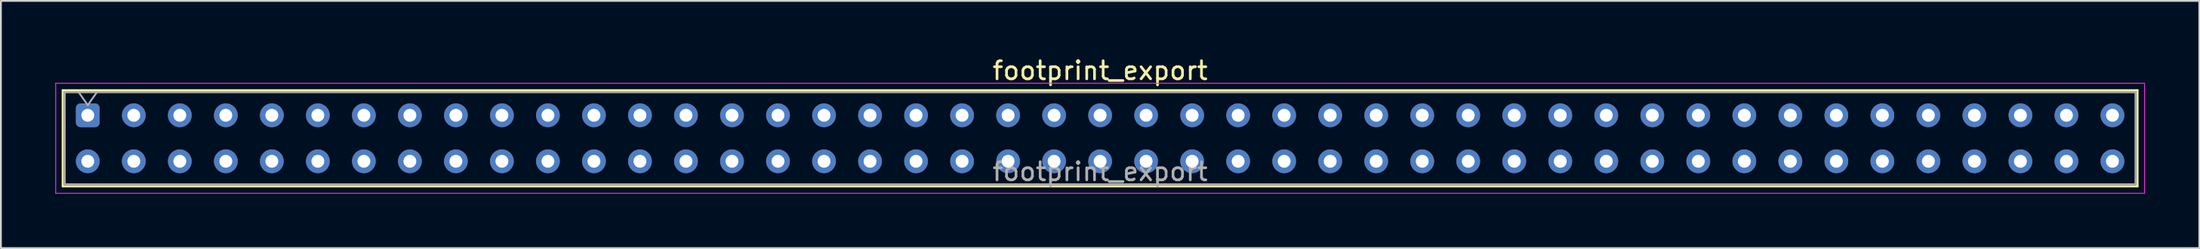
<source format=kicad_pcb>
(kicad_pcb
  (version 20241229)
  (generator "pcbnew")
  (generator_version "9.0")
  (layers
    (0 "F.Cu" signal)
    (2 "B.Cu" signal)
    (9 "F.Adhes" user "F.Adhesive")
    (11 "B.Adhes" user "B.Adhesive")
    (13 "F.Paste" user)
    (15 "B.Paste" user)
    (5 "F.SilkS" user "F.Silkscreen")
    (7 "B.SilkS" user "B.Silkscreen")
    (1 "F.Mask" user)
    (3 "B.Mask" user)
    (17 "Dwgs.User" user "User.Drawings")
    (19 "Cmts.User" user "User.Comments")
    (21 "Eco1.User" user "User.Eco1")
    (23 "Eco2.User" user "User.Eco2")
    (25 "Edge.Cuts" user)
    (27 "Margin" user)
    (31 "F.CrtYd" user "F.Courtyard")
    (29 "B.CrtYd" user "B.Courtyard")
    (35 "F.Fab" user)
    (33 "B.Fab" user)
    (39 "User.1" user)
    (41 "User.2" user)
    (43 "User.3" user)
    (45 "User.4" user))
  (footprint "footprint_export"
    (layer "F.Cu")
    (at 1.795 3.318)
    (property "Reference" "footprint_export" (at 55.88 -2.47 0) (layer "F.SilkS") (effects (font (size 1 1) (thickness 0.15))))
    (attr through_hole)
    (fp_line (start -1.38 -1.38) (end 113.14 -1.38) (stroke (width 0.12) (type solid)) (layer "F.SilkS"))
    (fp_line (start -1.38 3.92) (end -1.38 -1.38) (stroke (width 0.12) (type solid)) (layer "F.SilkS"))
    (fp_line (start 113.14 -1.38) (end 113.14 3.92) (stroke (width 0.12) (type solid)) (layer "F.SilkS"))
    (fp_line (start 113.14 3.92) (end -1.38 3.92) (stroke (width 0.12) (type solid)) (layer "F.SilkS"))
    (fp_line (start -1.77 -1.77) (end 113.53 -1.77) (stroke (width 0.05) (type solid)) (layer "F.CrtYd"))
    (fp_line (start -1.77 4.31) (end -1.77 -1.77) (stroke (width 0.05) (type solid)) (layer "F.CrtYd"))
    (fp_line (start 113.53 -1.77) (end 113.53 4.31) (stroke (width 0.05) (type solid)) (layer "F.CrtYd"))
    (fp_line (start 113.53 4.31) (end -1.77 4.31) (stroke (width 0.05) (type solid)) (layer "F.CrtYd"))
    (fp_line (start -1.27 -1.27) (end 113.03 -1.27) (stroke (width 0.1) (type solid)) (layer "F.Fab"))
    (fp_line (start -1.27 3.81) (end -1.27 -1.27) (stroke (width 0.1) (type solid)) (layer "F.Fab"))
    (fp_line (start -0.5 -1.27) (end 0 -0.563) (stroke (width 0.1) (type solid)) (layer "F.Fab"))
    (fp_line (start 0 -0.563) (end 0.5 -1.27) (stroke (width 0.1) (type solid)) (layer "F.Fab"))
    (fp_line (start 113.03 -1.27) (end 113.03 3.81) (stroke (width 0.1) (type solid)) (layer "F.Fab"))
    (fp_line (start 113.03 3.81) (end -1.27 3.81) (stroke (width 0.1) (type solid)) (layer "F.Fab"))
    (fp_text user "${REFERENCE}" (at 55.88 3.11 0) (layer "F.Fab") (effects (font (size 1 1) (thickness 0.15))))
    (pad "1" thru_hole roundrect (at 0 0) (size 1.31 1.31) (drill 0.71) (layers "*.Cu" "*.Mask") (roundrect_rratio 0.191))
    (pad "2" thru_hole circle (at 0 2.54) (size 1.31 1.31) (drill 0.71) (layers "*.Cu" "*.Mask"))
    (pad "3" thru_hole circle (at 2.54 0) (size 1.31 1.31) (drill 0.71) (layers "*.Cu" "*.Mask"))
    (pad "4" thru_hole circle (at 2.54 2.54) (size 1.31 1.31) (drill 0.71) (layers "*.Cu" "*.Mask"))
    (pad "5" thru_hole circle (at 5.08 0) (size 1.31 1.31) (drill 0.71) (layers "*.Cu" "*.Mask"))
    (pad "6" thru_hole circle (at 5.08 2.54) (size 1.31 1.31) (drill 0.71) (layers "*.Cu" "*.Mask"))
    (pad "7" thru_hole circle (at 7.62 0) (size 1.31 1.31) (drill 0.71) (layers "*.Cu" "*.Mask"))
    (pad "8" thru_hole circle (at 7.62 2.54) (size 1.31 1.31) (drill 0.71) (layers "*.Cu" "*.Mask"))
    (pad "9" thru_hole circle (at 10.16 0) (size 1.31 1.31) (drill 0.71) (layers "*.Cu" "*.Mask"))
    (pad "10" thru_hole circle (at 10.16 2.54) (size 1.31 1.31) (drill 0.71) (layers "*.Cu" "*.Mask"))
    (pad "11" thru_hole circle (at 12.7 0) (size 1.31 1.31) (drill 0.71) (layers "*.Cu" "*.Mask"))
    (pad "12" thru_hole circle (at 12.7 2.54) (size 1.31 1.31) (drill 0.71) (layers "*.Cu" "*.Mask"))
    (pad "13" thru_hole circle (at 15.24 0) (size 1.31 1.31) (drill 0.71) (layers "*.Cu" "*.Mask"))
    (pad "14" thru_hole circle (at 15.24 2.54) (size 1.31 1.31) (drill 0.71) (layers "*.Cu" "*.Mask"))
    (pad "15" thru_hole circle (at 17.78 0) (size 1.31 1.31) (drill 0.71) (layers "*.Cu" "*.Mask"))
    (pad "16" thru_hole circle (at 17.78 2.54) (size 1.31 1.31) (drill 0.71) (layers "*.Cu" "*.Mask"))
    (pad "17" thru_hole circle (at 20.32 0) (size 1.31 1.31) (drill 0.71) (layers "*.Cu" "*.Mask"))
    (pad "18" thru_hole circle (at 20.32 2.54) (size 1.31 1.31) (drill 0.71) (layers "*.Cu" "*.Mask"))
    (pad "19" thru_hole circle (at 22.86 0) (size 1.31 1.31) (drill 0.71) (layers "*.Cu" "*.Mask"))
    (pad "20" thru_hole circle (at 22.86 2.54) (size 1.31 1.31) (drill 0.71) (layers "*.Cu" "*.Mask"))
    (pad "21" thru_hole circle (at 25.4 0) (size 1.31 1.31) (drill 0.71) (layers "*.Cu" "*.Mask"))
    (pad "22" thru_hole circle (at 25.4 2.54) (size 1.31 1.31) (drill 0.71) (layers "*.Cu" "*.Mask"))
    (pad "23" thru_hole circle (at 27.94 0) (size 1.31 1.31) (drill 0.71) (layers "*.Cu" "*.Mask"))
    (pad "24" thru_hole circle (at 27.94 2.54) (size 1.31 1.31) (drill 0.71) (layers "*.Cu" "*.Mask"))
    (pad "25" thru_hole circle (at 30.48 0) (size 1.31 1.31) (drill 0.71) (layers "*.Cu" "*.Mask"))
    (pad "26" thru_hole circle (at 30.48 2.54) (size 1.31 1.31) (drill 0.71) (layers "*.Cu" "*.Mask"))
    (pad "27" thru_hole circle (at 33.02 0) (size 1.31 1.31) (drill 0.71) (layers "*.Cu" "*.Mask"))
    (pad "28" thru_hole circle (at 33.02 2.54) (size 1.31 1.31) (drill 0.71) (layers "*.Cu" "*.Mask"))
    (pad "29" thru_hole circle (at 35.56 0) (size 1.31 1.31) (drill 0.71) (layers "*.Cu" "*.Mask"))
    (pad "30" thru_hole circle (at 35.56 2.54) (size 1.31 1.31) (drill 0.71) (layers "*.Cu" "*.Mask"))
    (pad "31" thru_hole circle (at 38.1 0) (size 1.31 1.31) (drill 0.71) (layers "*.Cu" "*.Mask"))
    (pad "32" thru_hole circle (at 38.1 2.54) (size 1.31 1.31) (drill 0.71) (layers "*.Cu" "*.Mask"))
    (pad "33" thru_hole circle (at 40.64 0) (size 1.31 1.31) (drill 0.71) (layers "*.Cu" "*.Mask"))
    (pad "34" thru_hole circle (at 40.64 2.54) (size 1.31 1.31) (drill 0.71) (layers "*.Cu" "*.Mask"))
    (pad "35" thru_hole circle (at 43.18 0) (size 1.31 1.31) (drill 0.71) (layers "*.Cu" "*.Mask"))
    (pad "36" thru_hole circle (at 43.18 2.54) (size 1.31 1.31) (drill 0.71) (layers "*.Cu" "*.Mask"))
    (pad "37" thru_hole circle (at 45.72 0) (size 1.31 1.31) (drill 0.71) (layers "*.Cu" "*.Mask"))
    (pad "38" thru_hole circle (at 45.72 2.54) (size 1.31 1.31) (drill 0.71) (layers "*.Cu" "*.Mask"))
    (pad "39" thru_hole circle (at 48.26 0) (size 1.31 1.31) (drill 0.71) (layers "*.Cu" "*.Mask"))
    (pad "40" thru_hole circle (at 48.26 2.54) (size 1.31 1.31) (drill 0.71) (layers "*.Cu" "*.Mask"))
    (pad "41" thru_hole circle (at 50.8 0) (size 1.31 1.31) (drill 0.71) (layers "*.Cu" "*.Mask"))
    (pad "42" thru_hole circle (at 50.8 2.54) (size 1.31 1.31) (drill 0.71) (layers "*.Cu" "*.Mask"))
    (pad "43" thru_hole circle (at 53.34 0) (size 1.31 1.31) (drill 0.71) (layers "*.Cu" "*.Mask"))
    (pad "44" thru_hole circle (at 53.34 2.54) (size 1.31 1.31) (drill 0.71) (layers "*.Cu" "*.Mask"))
    (pad "45" thru_hole circle (at 55.88 0) (size 1.31 1.31) (drill 0.71) (layers "*.Cu" "*.Mask"))
    (pad "46" thru_hole circle (at 55.88 2.54) (size 1.31 1.31) (drill 0.71) (layers "*.Cu" "*.Mask"))
    (pad "47" thru_hole circle (at 58.42 0) (size 1.31 1.31) (drill 0.71) (layers "*.Cu" "*.Mask"))
    (pad "48" thru_hole circle (at 58.42 2.54) (size 1.31 1.31) (drill 0.71) (layers "*.Cu" "*.Mask"))
    (pad "49" thru_hole circle (at 60.96 0) (size 1.31 1.31) (drill 0.71) (layers "*.Cu" "*.Mask"))
    (pad "50" thru_hole circle (at 60.96 2.54) (size 1.31 1.31) (drill 0.71) (layers "*.Cu" "*.Mask"))
    (pad "51" thru_hole circle (at 63.5 0) (size 1.31 1.31) (drill 0.71) (layers "*.Cu" "*.Mask"))
    (pad "52" thru_hole circle (at 63.5 2.54) (size 1.31 1.31) (drill 0.71) (layers "*.Cu" "*.Mask"))
    (pad "53" thru_hole circle (at 66.04 0) (size 1.31 1.31) (drill 0.71) (layers "*.Cu" "*.Mask"))
    (pad "54" thru_hole circle (at 66.04 2.54) (size 1.31 1.31) (drill 0.71) (layers "*.Cu" "*.Mask"))
    (pad "55" thru_hole circle (at 68.58 0) (size 1.31 1.31) (drill 0.71) (layers "*.Cu" "*.Mask"))
    (pad "56" thru_hole circle (at 68.58 2.54) (size 1.31 1.31) (drill 0.71) (layers "*.Cu" "*.Mask"))
    (pad "57" thru_hole circle (at 71.12 0) (size 1.31 1.31) (drill 0.71) (layers "*.Cu" "*.Mask"))
    (pad "58" thru_hole circle (at 71.12 2.54) (size 1.31 1.31) (drill 0.71) (layers "*.Cu" "*.Mask"))
    (pad "59" thru_hole circle (at 73.66 0) (size 1.31 1.31) (drill 0.71) (layers "*.Cu" "*.Mask"))
    (pad "60" thru_hole circle (at 73.66 2.54) (size 1.31 1.31) (drill 0.71) (layers "*.Cu" "*.Mask"))
    (pad "61" thru_hole circle (at 76.2 0) (size 1.31 1.31) (drill 0.71) (layers "*.Cu" "*.Mask"))
    (pad "62" thru_hole circle (at 76.2 2.54) (size 1.31 1.31) (drill 0.71) (layers "*.Cu" "*.Mask"))
    (pad "63" thru_hole circle (at 78.74 0) (size 1.31 1.31) (drill 0.71) (layers "*.Cu" "*.Mask"))
    (pad "64" thru_hole circle (at 78.74 2.54) (size 1.31 1.31) (drill 0.71) (layers "*.Cu" "*.Mask"))
    (pad "65" thru_hole circle (at 81.28 0) (size 1.31 1.31) (drill 0.71) (layers "*.Cu" "*.Mask"))
    (pad "66" thru_hole circle (at 81.28 2.54) (size 1.31 1.31) (drill 0.71) (layers "*.Cu" "*.Mask"))
    (pad "67" thru_hole circle (at 83.82 0) (size 1.31 1.31) (drill 0.71) (layers "*.Cu" "*.Mask"))
    (pad "68" thru_hole circle (at 83.82 2.54) (size 1.31 1.31) (drill 0.71) (layers "*.Cu" "*.Mask"))
    (pad "69" thru_hole circle (at 86.36 0) (size 1.31 1.31) (drill 0.71) (layers "*.Cu" "*.Mask"))
    (pad "70" thru_hole circle (at 86.36 2.54) (size 1.31 1.31) (drill 0.71) (layers "*.Cu" "*.Mask"))
    (pad "71" thru_hole circle (at 88.9 0) (size 1.31 1.31) (drill 0.71) (layers "*.Cu" "*.Mask"))
    (pad "72" thru_hole circle (at 88.9 2.54) (size 1.31 1.31) (drill 0.71) (layers "*.Cu" "*.Mask"))
    (pad "73" thru_hole circle (at 91.44 0) (size 1.31 1.31) (drill 0.71) (layers "*.Cu" "*.Mask"))
    (pad "74" thru_hole circle (at 91.44 2.54) (size 1.31 1.31) (drill 0.71) (layers "*.Cu" "*.Mask"))
    (pad "75" thru_hole circle (at 93.98 0) (size 1.31 1.31) (drill 0.71) (layers "*.Cu" "*.Mask"))
    (pad "76" thru_hole circle (at 93.98 2.54) (size 1.31 1.31) (drill 0.71) (layers "*.Cu" "*.Mask"))
    (pad "77" thru_hole circle (at 96.52 0) (size 1.31 1.31) (drill 0.71) (layers "*.Cu" "*.Mask"))
    (pad "78" thru_hole circle (at 96.52 2.54) (size 1.31 1.31) (drill 0.71) (layers "*.Cu" "*.Mask"))
    (pad "79" thru_hole circle (at 99.06 0) (size 1.31 1.31) (drill 0.71) (layers "*.Cu" "*.Mask"))
    (pad "80" thru_hole circle (at 99.06 2.54) (size 1.31 1.31) (drill 0.71) (layers "*.Cu" "*.Mask"))
    (pad "81" thru_hole circle (at 101.6 0) (size 1.31 1.31) (drill 0.71) (layers "*.Cu" "*.Mask"))
    (pad "82" thru_hole circle (at 101.6 2.54) (size 1.31 1.31) (drill 0.71) (layers "*.Cu" "*.Mask"))
    (pad "83" thru_hole circle (at 104.14 0) (size 1.31 1.31) (drill 0.71) (layers "*.Cu" "*.Mask"))
    (pad "84" thru_hole circle (at 104.14 2.54) (size 1.31 1.31) (drill 0.71) (layers "*.Cu" "*.Mask"))
    (pad "85" thru_hole circle (at 106.68 0) (size 1.31 1.31) (drill 0.71) (layers "*.Cu" "*.Mask"))
    (pad "86" thru_hole circle (at 106.68 2.54) (size 1.31 1.31) (drill 0.71) (layers "*.Cu" "*.Mask"))
    (pad "87" thru_hole circle (at 109.22 0) (size 1.31 1.31) (drill 0.71) (layers "*.Cu" "*.Mask"))
    (pad "88" thru_hole circle (at 109.22 2.54) (size 1.31 1.31) (drill 0.71) (layers "*.Cu" "*.Mask"))
    (pad "89" thru_hole circle (at 111.76 0) (size 1.31 1.31) (drill 0.71) (layers "*.Cu" "*.Mask"))
    (pad "90" thru_hole circle (at 111.76 2.54) (size 1.31 1.31) (drill 0.71) (layers "*.Cu" "*.Mask")))
  (gr_rect
    (start -3 -3)
    (end 118.35 10.653)
    (stroke (width 0.1) (type default))
    (fill no)
    (layer "Edge.Cuts")))
</source>
